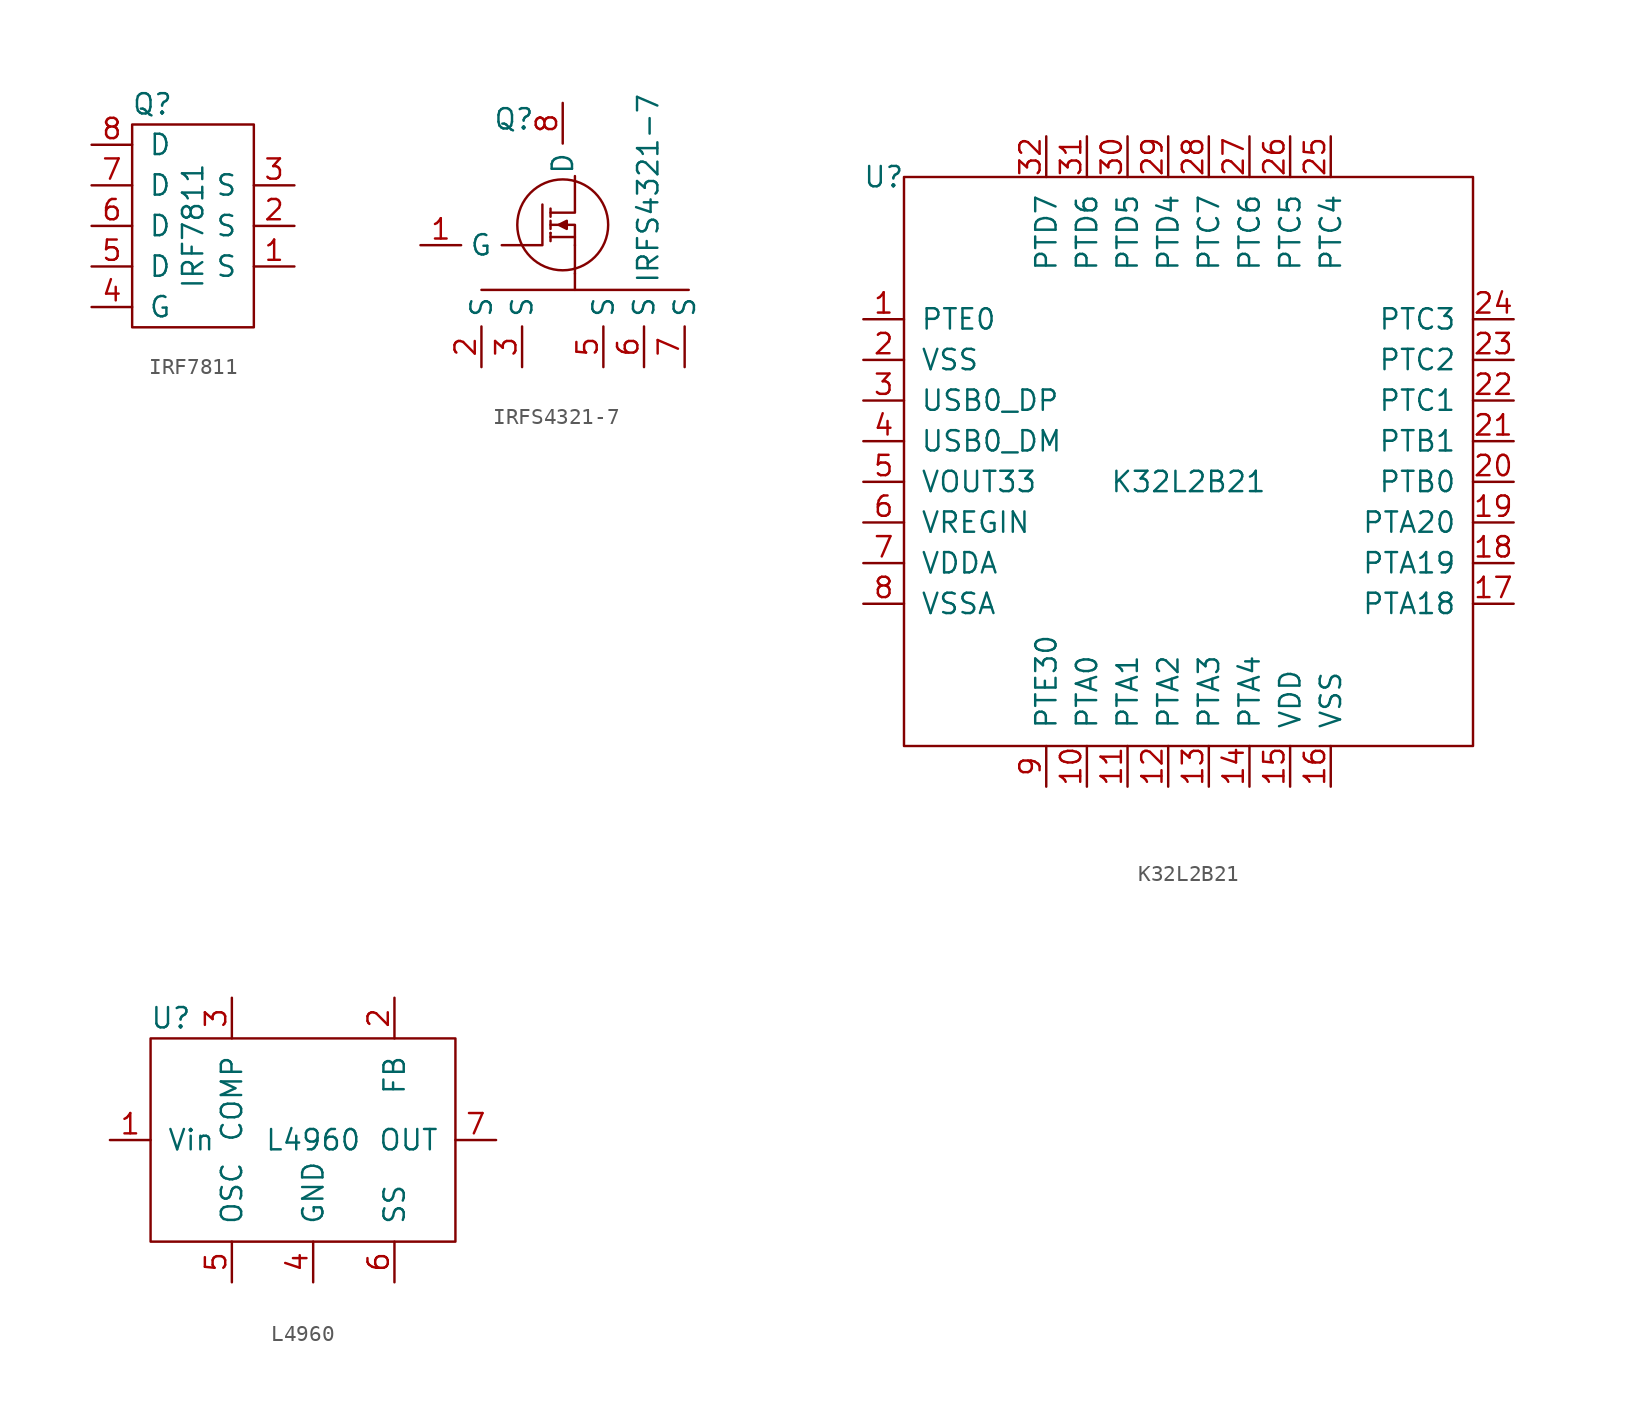
<source format=kicad_sym>
(kicad_symbol_lib
  (version 20241209)
  (generator "kicad_symbol_editor")
  (generator_version "9.0")
  (symbol "IRF7811"
    (pin_names
      (offset 1.016))
    (property "Reference" "Q"
      (at 1.27 -6.35 0)
      (effects (font (size 1.27 1.27))))
    (property "Value" "IRF7811"
      (at 3.81 -13.97 90)
      (effects (font (size 1.27 1.27))))
    (symbol "IRF7811_0_1"
      (rectangle (start 0 -7.62) (end 7.62 -20.32) (stroke (width 0) (type solid)) (fill (type none))))
    (symbol "IRF7811_1_1"
      (pin input line (at -2.54 -8.89 0) (length 2.54) (name "D" (effects (font (size 1.27 1.27)))) (number "8" (effects (font (size 1.27 1.27)))))
      (pin input line (at -2.54 -11.43 0) (length 2.54) (name "D" (effects (font (size 1.27 1.27)))) (number "7" (effects (font (size 1.27 1.27)))))
      (pin input line (at -2.54 -13.97 0) (length 2.54) (name "D" (effects (font (size 1.27 1.27)))) (number "6" (effects (font (size 1.27 1.27)))))
      (pin input line (at -2.54 -16.51 0) (length 2.54) (name "D" (effects (font (size 1.27 1.27)))) (number "5" (effects (font (size 1.27 1.27)))))
      (pin input line (at -2.54 -19.05 0) (length 2.54) (name "G" (effects (font (size 1.27 1.27)))) (number "4" (effects (font (size 1.27 1.27)))))
      (pin output line (at 10.16 -11.43 180) (length 2.54) (name "S" (effects (font (size 1.27 1.27)))) (number "3" (effects (font (size 1.27 1.27)))))
      (pin output line (at 10.16 -13.97 180) (length 2.54) (name "S" (effects (font (size 1.27 1.27)))) (number "2" (effects (font (size 1.27 1.27)))))
      (pin output line (at 10.16 -16.51 180) (length 2.54) (name "S" (effects (font (size 1.27 1.27)))) (number "1" (effects (font (size 1.27 1.27)))))))
  (symbol "IRFS4321-7"
    (property "Reference" "Q"
      (at 4.572 -1.016 0)
      (effects (font (size 1.27 1.27))))
    (property "Value" "IRFS4321-7"
      (at 12.954 -5.334 90)
      (effects (font (size 1.27 1.27))))
    (symbol "IRFS4321-7_0_0"
      (pin input line (at -1.27 -8.89 0) (length 2.54) (name "G" (effects (font (size 1.27 1.27)))) (number "1" (effects (font (size 1.27 1.27)))))
      (pin power_out line (at 2.54 -16.51 90) (length 2.54) (name "S" (effects (font (size 1.27 1.27)))) (number "2" (effects (font (size 1.27 1.27)))))
      (pin power_out line (at 5.08 -16.51 90) (length 2.54) (name "S" (effects (font (size 1.27 1.27)))) (number "3" (effects (font (size 1.27 1.27)))))
      (pin open_collector line (at 7.62 0 270) (length 2.54) (name "D" (effects (font (size 1.27 1.27)))) (number "8" (effects (font (size 1.27 1.27)))))
      (pin power_out line (at 10.16 -16.51 90) (length 2.54) (name "S" (effects (font (size 1.27 1.27)))) (number "5" (effects (font (size 1.27 1.27)))))
      (pin power_out line (at 12.7 -16.51 90) (length 2.54) (name "S" (effects (font (size 1.27 1.27)))) (number "6" (effects (font (size 1.27 1.27)))))
      (pin power_out line (at 15.24 -16.51 90) (length 2.54) (name "S" (effects (font (size 1.27 1.27)))) (number "7" (effects (font (size 1.27 1.27))))))
    (symbol "IRFS4321-7_0_1"
      (polyline (pts (xy 6.35 -6.35) (xy 6.35 -8.89) (xy 3.81 -8.89)) (stroke (width 0) (type default)) (fill (type none)))
      (polyline (pts (xy 6.858 -6.858) (xy 8.382 -6.858) (xy 8.382 -4.572)) (stroke (width 0) (type default)) (fill (type none)))
      (polyline (pts (xy 6.858 -7.112) (xy 6.858 -6.604)) (stroke (width 0) (type default)) (fill (type none)))
      (polyline (pts (xy 6.858 -7.366) (xy 6.858 -7.874)) (stroke (width 0) (type default)) (fill (type none)))
      (polyline (pts (xy 6.858 -7.62) (xy 8.382 -7.62) (xy 8.382 -8.89)) (stroke (width 0) (type default)) (fill (type none)))
      (polyline (pts (xy 6.858 -8.128) (xy 6.858 -8.128)) (stroke (width 0) (type default)) (fill (type none)))
      (polyline (pts (xy 6.858 -8.128) (xy 6.858 -8.636)) (stroke (width 0) (type default)) (fill (type none)))
      (polyline (pts (xy 6.858 -8.382) (xy 8.382 -8.382)) (stroke (width 0) (type default)) (fill (type none)))
      (circle (center 7.62 -7.62) (radius 2.84) (stroke (width 0) (type default)) (fill (type none)))
      (polyline (pts (xy 8.382 -8.89) (xy 8.382 -10.668)) (stroke (width 0) (type default)) (fill (type none))))
    (symbol "IRFS4321-7_1_0"
      (pin no_connect line (at 7.62 -16.51 90) (length 2.54) (hide yes) (name "NC" (effects (font (size 1.27 1.27)))) (number "4" (effects (font (size 1.27 1.27))))))
    (symbol "IRFS4321-7_1_1"
      (polyline (pts (xy 7.366 -7.62) (xy 7.874 -7.366) (xy 7.874 -7.874) (xy 7.366 -7.62)) (stroke (width 0) (type default)) (fill (type outline)))
      (polyline (pts (xy 8.382 -10.668) (xy 8.382 -11.684) (xy 15.494 -11.684)) (stroke (width 0) (type default)) (fill (type none)))
      (polyline (pts (xy 8.382 -11.684) (xy 2.54 -11.684)) (stroke (width 0) (type default)) (fill (type none)))))
  (symbol "K32L2B21"
    (pin_names
      (offset 1.016))
    (property "Reference" "U"
      (at -19.05 17.78 0)
      (effects (font (size 1.27 1.27))))
    (property "Value" "K32L2B21"
      (at 0 -1.27 0)
      (effects (font (size 1.27 1.27))))
    (symbol "K32L2B21_0_0"
      (pin bidirectional line (at -20.32 8.89 0) (length 2.54) (name "PTE0" (effects (font (size 1.27 1.27)))) (number "1" (effects (font (size 1.27 1.27)))))
      (pin power_in line (at -20.32 6.35 0) (length 2.54) (name "VSS" (effects (font (size 1.27 1.27)))) (number "2" (effects (font (size 1.27 1.27)))))
      (pin bidirectional line (at -20.32 3.81 0) (length 2.54) (name "USB0_DP" (effects (font (size 1.27 1.27)))) (number "3" (effects (font (size 1.27 1.27)))))
      (pin bidirectional line (at -20.32 1.27 0) (length 2.54) (name "USB0_DM" (effects (font (size 1.27 1.27)))) (number "4" (effects (font (size 1.27 1.27)))))
      (pin power_out line (at -20.32 -1.27 0) (length 2.54) (name "VOUT33" (effects (font (size 1.27 1.27)))) (number "5" (effects (font (size 1.27 1.27)))))
      (pin power_in line (at -20.32 -3.81 0) (length 2.54) (name "VREGIN" (effects (font (size 1.27 1.27)))) (number "6" (effects (font (size 1.27 1.27)))))
      (pin power_in line (at -20.32 -6.35 0) (length 2.54) (name "VDDA" (effects (font (size 1.27 1.27)))) (number "7" (effects (font (size 1.27 1.27)))))
      (pin power_in line (at -20.32 -8.89 0) (length 2.54) (name "VSSA" (effects (font (size 1.27 1.27)))) (number "8" (effects (font (size 1.27 1.27)))))
      (pin bidirectional line (at -8.89 20.32 270) (length 2.54) (name "PTD7" (effects (font (size 1.27 1.27)))) (number "32" (effects (font (size 1.27 1.27)))))
      (pin bidirectional line (at -8.89 -20.32 90) (length 2.54) (name "PTE30" (effects (font (size 1.27 1.27)))) (number "9" (effects (font (size 1.27 1.27)))))
      (pin bidirectional line (at -6.35 20.32 270) (length 2.54) (name "PTD6" (effects (font (size 1.27 1.27)))) (number "31" (effects (font (size 1.27 1.27)))))
      (pin bidirectional line (at -6.35 -20.32 90) (length 2.54) (name "PTA0" (effects (font (size 1.27 1.27)))) (number "10" (effects (font (size 1.27 1.27)))))
      (pin bidirectional line (at -3.81 20.32 270) (length 2.54) (name "PTD5" (effects (font (size 1.27 1.27)))) (number "30" (effects (font (size 1.27 1.27)))))
      (pin bidirectional line (at -3.81 -20.32 90) (length 2.54) (name "PTA1" (effects (font (size 1.27 1.27)))) (number "11" (effects (font (size 1.27 1.27)))))
      (pin bidirectional line (at -1.27 20.32 270) (length 2.54) (name "PTD4" (effects (font (size 1.27 1.27)))) (number "29" (effects (font (size 1.27 1.27)))))
      (pin bidirectional line (at -1.27 -20.32 90) (length 2.54) (name "PTA2" (effects (font (size 1.27 1.27)))) (number "12" (effects (font (size 1.27 1.27)))))
      (pin bidirectional line (at 1.27 20.32 270) (length 2.54) (name "PTC7" (effects (font (size 1.27 1.27)))) (number "28" (effects (font (size 1.27 1.27)))))
      (pin bidirectional line (at 1.27 -20.32 90) (length 2.54) (name "PTA3" (effects (font (size 1.27 1.27)))) (number "13" (effects (font (size 1.27 1.27)))))
      (pin bidirectional line (at 3.81 20.32 270) (length 2.54) (name "PTC6" (effects (font (size 1.27 1.27)))) (number "27" (effects (font (size 1.27 1.27)))))
      (pin bidirectional line (at 3.81 -20.32 90) (length 2.54) (name "PTA4" (effects (font (size 1.27 1.27)))) (number "14" (effects (font (size 1.27 1.27)))))
      (pin bidirectional line (at 6.35 20.32 270) (length 2.54) (name "PTC5" (effects (font (size 1.27 1.27)))) (number "26" (effects (font (size 1.27 1.27)))))
      (pin power_in line (at 6.35 -20.32 90) (length 2.54) (name "VDD" (effects (font (size 1.27 1.27)))) (number "15" (effects (font (size 1.27 1.27)))))
      (pin bidirectional line (at 8.89 20.32 270) (length 2.54) (name "PTC4" (effects (font (size 1.27 1.27)))) (number "25" (effects (font (size 1.27 1.27)))))
      (pin power_in line (at 8.89 -20.32 90) (length 2.54) (name "VSS" (effects (font (size 1.27 1.27)))) (number "16" (effects (font (size 1.27 1.27)))))
      (pin bidirectional line (at 20.32 8.89 180) (length 2.54) (name "PTC3" (effects (font (size 1.27 1.27)))) (number "24" (effects (font (size 1.27 1.27)))))
      (pin unspecified line (at 20.32 6.35 180) (length 2.54) (name "PTC2" (effects (font (size 1.27 1.27)))) (number "23" (effects (font (size 1.27 1.27)))))
      (pin bidirectional line (at 20.32 3.81 180) (length 2.54) (name "PTC1" (effects (font (size 1.27 1.27)))) (number "22" (effects (font (size 1.27 1.27)))))
      (pin bidirectional line (at 20.32 1.27 180) (length 2.54) (name "PTB1" (effects (font (size 1.27 1.27)))) (number "21" (effects (font (size 1.27 1.27)))))
      (pin bidirectional line (at 20.32 -1.27 180) (length 2.54) (name "PTB0" (effects (font (size 1.27 1.27)))) (number "20" (effects (font (size 1.27 1.27)))))
      (pin bidirectional line (at 20.32 -3.81 180) (length 2.54) (name "PTA20" (effects (font (size 1.27 1.27)))) (number "19" (effects (font (size 1.27 1.27)))))
      (pin bidirectional line (at 20.32 -6.35 180) (length 2.54) (name "PTA19" (effects (font (size 1.27 1.27)))) (number "18" (effects (font (size 1.27 1.27)))))
      (pin bidirectional line (at 20.32 -8.89 180) (length 2.54) (name "PTA18" (effects (font (size 1.27 1.27)))) (number "17" (effects (font (size 1.27 1.27))))))
    (symbol "K32L2B21_0_1"
      (rectangle (start -17.78 17.78) (end 17.78 -17.78) (stroke (width 0) (type solid)) (fill (type none)))))
  (symbol "L4960"
    (pin_names
      (offset 1.016))
    (property "Reference" "U"
      (at -8.89 8.89 0)
      (effects (font (size 1.27 1.27))))
    (property "Value" "L4960"
      (at 0 1.27 0)
      (effects (font (size 1.27 1.27))))
    (symbol "L4960_0_1"
      (rectangle (start 8.89 7.62) (end -10.16 -5.08) (stroke (width 0) (type solid)) (fill (type none))))
    (symbol "L4960_1_1"
      (pin input line (at -12.7 1.27 0) (length 2.54) (name "Vin" (effects (font (size 1.27 1.27)))) (number "1" (effects (font (size 1.27 1.27)))))
      (pin input line (at -5.08 10.16 270) (length 2.54) (name "COMP" (effects (font (size 1.27 1.27)))) (number "3" (effects (font (size 1.27 1.27)))))
      (pin input line (at -5.08 -7.62 90) (length 2.54) (name "OSC" (effects (font (size 1.27 1.27)))) (number "5" (effects (font (size 1.27 1.27)))))
      (pin input line (at 0 -7.62 90) (length 2.54) (name "GND" (effects (font (size 1.27 1.27)))) (number "4" (effects (font (size 1.27 1.27)))))
      (pin input line (at 5.08 10.16 270) (length 2.54) (name "FB" (effects (font (size 1.27 1.27)))) (number "2" (effects (font (size 1.27 1.27)))))
      (pin input line (at 5.08 -7.62 90) (length 2.54) (name "SS" (effects (font (size 1.27 1.27)))) (number "6" (effects (font (size 1.27 1.27)))))
      (pin input line (at 11.43 1.27 180) (length 2.54) (name "OUT" (effects (font (size 1.27 1.27)))) (number "7" (effects (font (size 1.27 1.27))))))))
</source>
